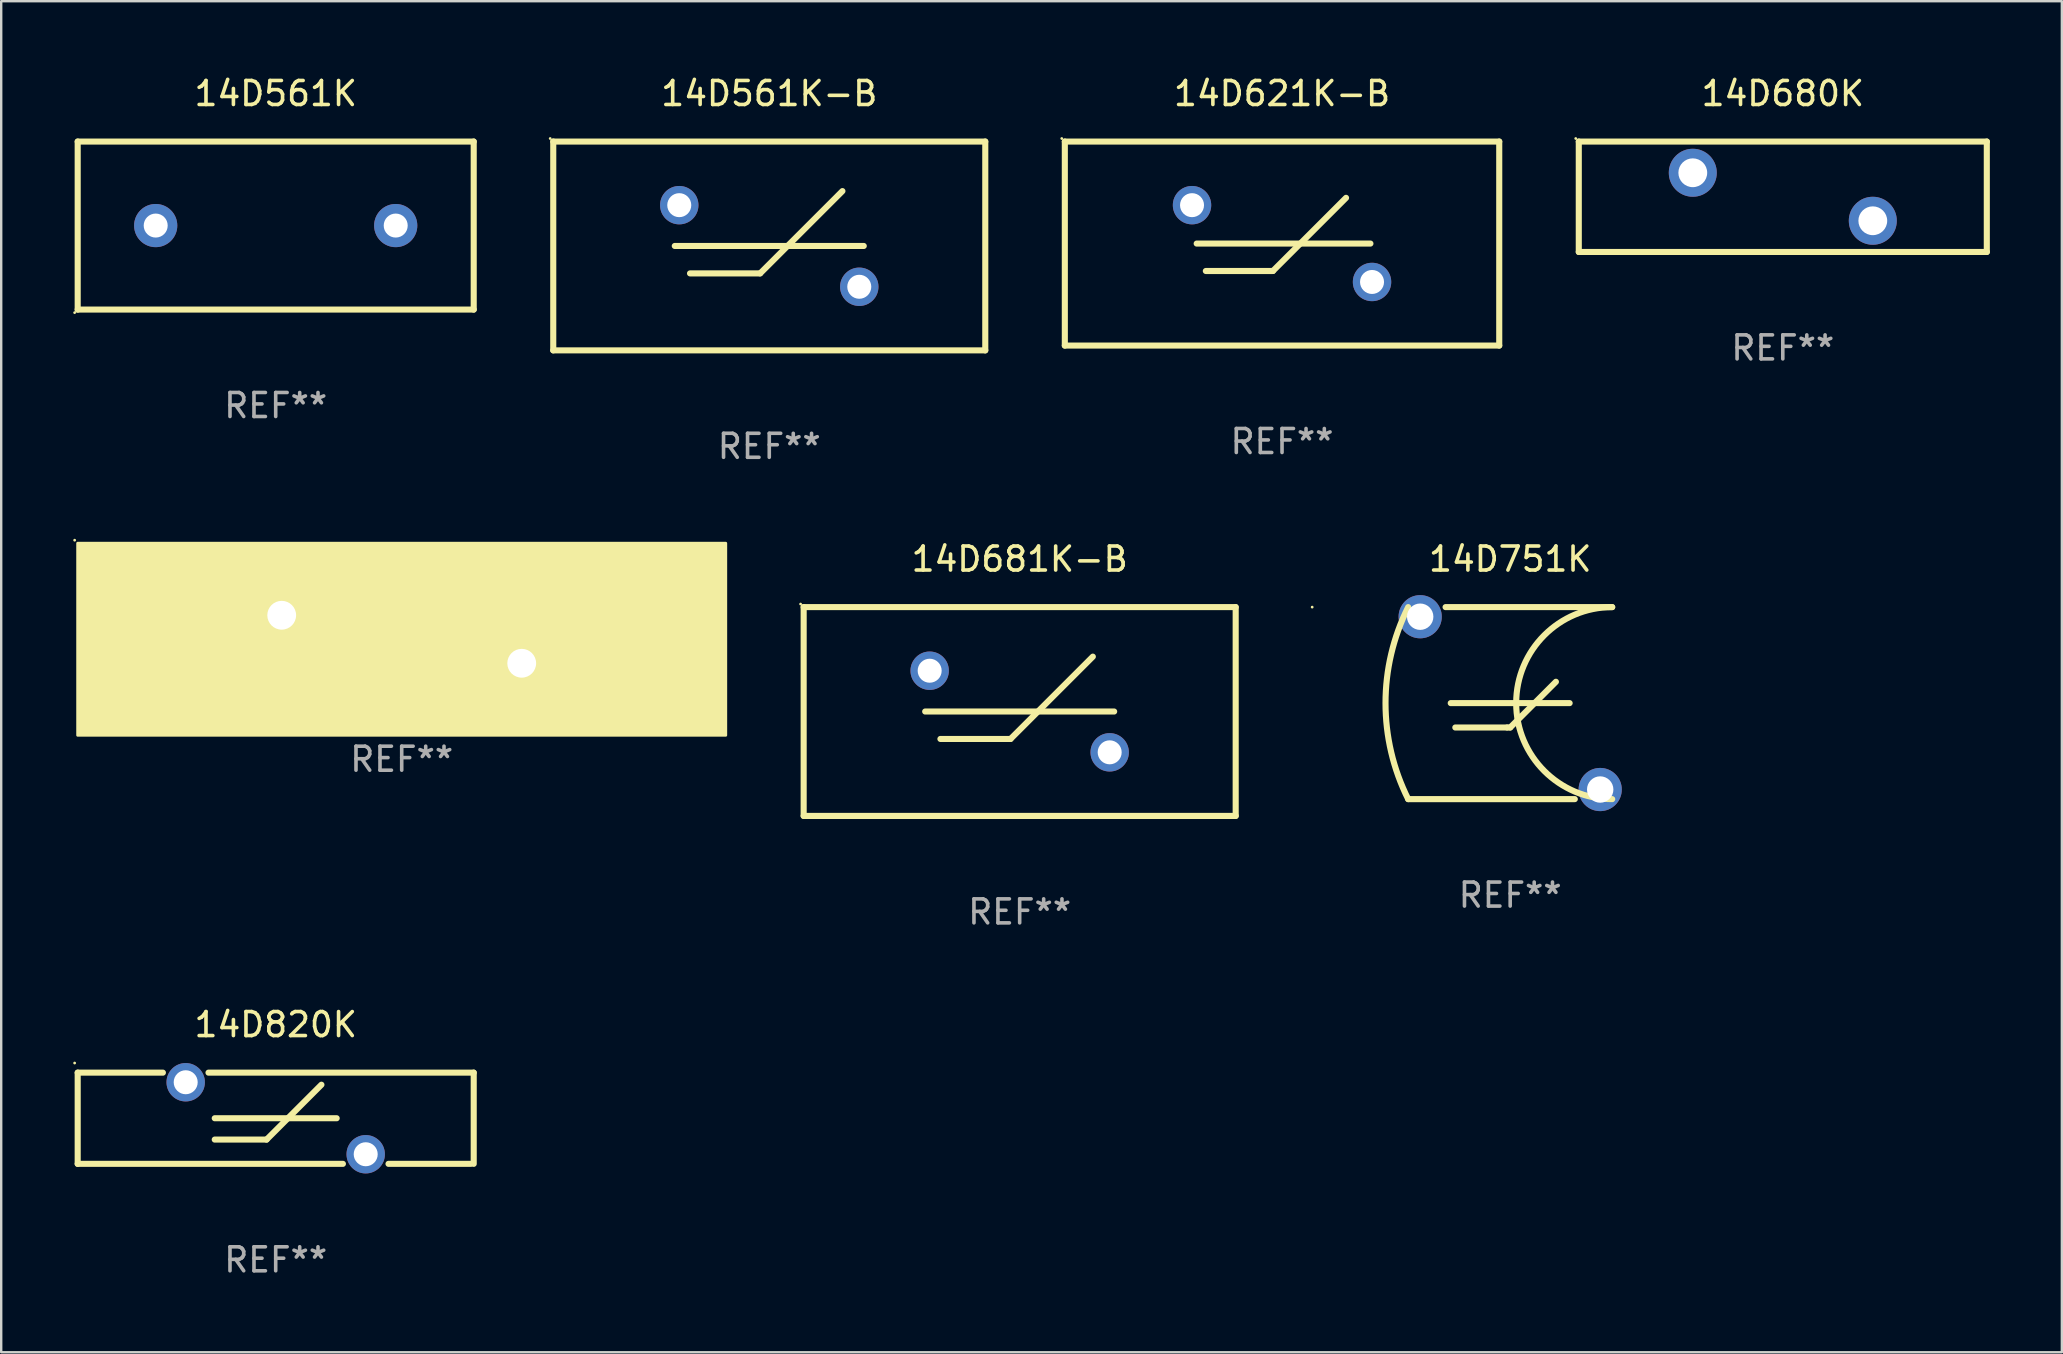
<source format=kicad_pcb>
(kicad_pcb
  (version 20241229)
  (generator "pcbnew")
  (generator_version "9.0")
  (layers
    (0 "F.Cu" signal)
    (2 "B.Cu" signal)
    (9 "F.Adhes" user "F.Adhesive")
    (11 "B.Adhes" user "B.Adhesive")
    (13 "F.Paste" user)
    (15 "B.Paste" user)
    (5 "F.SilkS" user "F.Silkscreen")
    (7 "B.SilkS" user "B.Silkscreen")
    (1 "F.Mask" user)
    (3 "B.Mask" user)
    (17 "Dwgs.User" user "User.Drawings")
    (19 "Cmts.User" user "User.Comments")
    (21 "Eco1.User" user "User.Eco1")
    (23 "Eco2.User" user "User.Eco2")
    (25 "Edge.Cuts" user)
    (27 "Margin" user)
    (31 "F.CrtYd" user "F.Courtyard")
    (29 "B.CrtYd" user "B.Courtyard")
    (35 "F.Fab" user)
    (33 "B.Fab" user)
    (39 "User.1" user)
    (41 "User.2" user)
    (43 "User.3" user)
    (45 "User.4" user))
  (footprint "14D820K"
    (layer "F.Cu")
    (at 8.437 43.541)
    (property "Reference" "14D820K" (at 0 -3.9 0) (layer "F.SilkS") (effects (font (size 1 1) (thickness 0.15))))
    (attr through_hole)
    (fp_line (start -8.25 -1.9) (end -8.25 1.9) (stroke (width 0.254) (type solid)) (layer "F.SilkS"))
    (fp_line (start -8.25 -1.9) (end -4.7 -1.9) (stroke (width 0.254) (type solid)) (layer "F.SilkS"))
    (fp_line (start -8.25 1.9) (end 2.8 1.9) (stroke (width 0.254) (type solid)) (layer "F.SilkS"))
    (fp_line (start -2.8 -1.9) (end 8.25 -1.9) (stroke (width 0.254) (type solid)) (layer "F.SilkS"))
    (fp_line (start -2.54 0) (end 2.54 0) (stroke (width 0.254) (type solid)) (layer "F.SilkS"))
    (fp_line (start -2.54 0.889) (end -0.381 0.889) (stroke (width 0.254) (type solid)) (layer "F.SilkS"))
    (fp_line (start -0.381 0.889) (end 1.905 -1.397) (stroke (width 0.254) (type solid)) (layer "F.SilkS"))
    (fp_line (start 4.7 1.9) (end 8.128 1.9) (stroke (width 0.254) (type solid)) (layer "F.SilkS"))
    (fp_line (start 8.25 -1.9) (end 8.25 1.9) (stroke (width 0.254) (type solid)) (layer "F.SilkS"))
    (fp_circle (center -8.377 -2.3) (end -8.347 -2.3) (stroke (width 0.06) (type solid)) (fill no) (layer "F.SilkS"))
    (fp_text user "REF**" (at 0 5.9 0) (layer "F.Fab") (effects (font (size 1 1) (thickness 0.15))))
    (pad "1" thru_hole circle (at -3.75 -1.5) (size 1.6 1.6) (drill 1) (layers "*.Cu" "*.Mask"))
    (pad "2" thru_hole circle (at 3.75 1.5) (size 1.6 1.6) (drill 1) (layers "*.Cu" "*.Mask")))
  (footprint "14D680K"
    (layer "F.Cu")
    (at 71.229 5.148)
    (property "Reference" "14D680K" (at 0 -4.3 0) (layer "F.SilkS") (effects (font (size 1 1) (thickness 0.15))))
    (attr through_hole)
    (fp_line (start -8.5 -2.3) (end -8.5 2.3) (stroke (width 0.254) (type solid)) (layer "F.SilkS"))
    (fp_line (start -8.5 -2.3) (end 8.5 -2.3) (stroke (width 0.254) (type solid)) (layer "F.SilkS"))
    (fp_line (start -8.5 2.3) (end 8.5 2.3) (stroke (width 0.254) (type solid)) (layer "F.SilkS"))
    (fp_line (start 8.5 -2.3) (end 8.5 2.3) (stroke (width 0.254) (type solid)) (layer "F.SilkS"))
    (fp_circle (center -8.627 -2.427) (end -8.597 -2.427) (stroke (width 0.06) (type solid)) (fill no) (layer "F.SilkS"))
    (fp_text user "REF**" (at 0 6.3 0) (layer "F.Fab") (effects (font (size 1 1) (thickness 0.15))))
    (pad "1" thru_hole circle (at -3.75 -1) (size 2 2) (drill 1.2) (layers "*.Cu" "*.Mask"))
    (pad "2" thru_hole circle (at 3.75 1) (size 2 2) (drill 1.2) (layers "*.Cu" "*.Mask")))
  (footprint "14D561K-B"
    (layer "F.Cu")
    (at 29.001 7.198)
    (property "Reference" "14D561K-B" (at 0 -6.35 0) (layer "F.SilkS") (effects (font (size 1 1) (thickness 0.15))))
    (attr through_hole)
    (fp_line (start -9 -4.35) (end -9 4.35) (stroke (width 0.254) (type solid)) (layer "F.SilkS"))
    (fp_line (start -9 -4.35) (end 9 -4.35) (stroke (width 0.254) (type solid)) (layer "F.SilkS"))
    (fp_line (start -9 4.35) (end 9 4.35) (stroke (width 0.254) (type solid)) (layer "F.SilkS"))
    (fp_line (start -3.937 0) (end 3.937 0) (stroke (width 0.254) (type solid)) (layer "F.SilkS"))
    (fp_line (start -3.302 1.143) (end -0.381 1.143) (stroke (width 0.254) (type solid)) (layer "F.SilkS"))
    (fp_line (start -0.381 1.143) (end 3.048 -2.286) (stroke (width 0.254) (type solid)) (layer "F.SilkS"))
    (fp_line (start 9 -4.35) (end 9 4.35) (stroke (width 0.254) (type solid)) (layer "F.SilkS"))
    (fp_circle (center -9.127 -4.477) (end -9.097 -4.477) (stroke (width 0.06) (type solid)) (fill no) (layer "F.SilkS"))
    (fp_text user "REF**" (at 0 8.35 0) (layer "F.Fab") (effects (font (size 1 1) (thickness 0.15))))
    (pad "1" thru_hole circle (at -3.75 -1.7) (size 1.6 1.6) (drill 1) (layers "*.Cu" "*.Mask"))
    (pad "2" thru_hole circle (at 3.75 1.7) (size 1.6 1.6) (drill 1) (layers "*.Cu" "*.Mask")))
  (footprint "14D681K-B"
    (layer "F.Cu")
    (at 39.434 26.595)
    (property "Reference" "14D681K-B" (at 0 -6.35 0) (layer "F.SilkS") (effects (font (size 1 1) (thickness 0.15))))
    (attr through_hole)
    (fp_line (start -9 -4.35) (end -9 4.35) (stroke (width 0.254) (type solid)) (layer "F.SilkS"))
    (fp_line (start -9 -4.35) (end 9 -4.35) (stroke (width 0.254) (type solid)) (layer "F.SilkS"))
    (fp_line (start -9 4.35) (end 9 4.35) (stroke (width 0.254) (type solid)) (layer "F.SilkS"))
    (fp_line (start -3.937 0) (end 3.937 0) (stroke (width 0.254) (type solid)) (layer "F.SilkS"))
    (fp_line (start -3.302 1.143) (end -0.381 1.143) (stroke (width 0.254) (type solid)) (layer "F.SilkS"))
    (fp_line (start -0.381 1.143) (end 3.048 -2.286) (stroke (width 0.254) (type solid)) (layer "F.SilkS"))
    (fp_line (start 9 -4.35) (end 9 4.35) (stroke (width 0.254) (type solid)) (layer "F.SilkS"))
    (fp_circle (center -9.127 -4.477) (end -9.097 -4.477) (stroke (width 0.06) (type solid)) (fill no) (layer "F.SilkS"))
    (fp_text user "REF**" (at 0 8.35 0) (layer "F.Fab") (effects (font (size 1 1) (thickness 0.15))))
    (pad "1" thru_hole circle (at -3.75 -1.7) (size 1.6 1.6) (drill 1) (layers "*.Cu" "*.Mask"))
    (pad "2" thru_hole circle (at 3.75 1.7) (size 1.6 1.6) (drill 1) (layers "*.Cu" "*.Mask")))
  (footprint "14D681K"
    (layer "F.Cu")
    (at 13.687 23.584)
    (property "Reference" "14D681K" (at 0 -3 0) (layer "F.SilkS") (effects (font (size 1 1) (thickness 0.15))))
    (attr through_hole)
    (fp_circle (center -13.627 -4.127) (end -13.597 -4.127) (stroke (width 0.06) (type solid)) (fill no) (layer "F.SilkS"))
    (fp_poly (pts (xy -13.5 -4) (xy 13.5 -4) (xy 13.5 4) (xy -13.5 4)) (stroke (width 0.12) (type solid)) (fill yes) (layer "F.SilkS"))
    (fp_text user "REF**" (at 0 5 0) (layer "F.Fab") (effects (font (size 1 1) (thickness 0.15))))
    (pad "1" thru_hole circle (at -5 -1) (size 2.2 2.2) (drill 1.2) (layers "*.Cu" "*.Mask"))
    (pad "2" thru_hole circle (at 5 1) (size 2.2 2.2) (drill 1.2) (layers "*.Cu" "*.Mask")))
  (footprint "14D561K"
    (layer "F.Cu")
    (at 8.437 6.348)
    (property "Reference" "14D561K" (at 0 -5.5 0) (layer "F.SilkS") (effects (font (size 1 1) (thickness 0.15))))
    (attr through_hole)
    (fp_line (start -8.25 -3.5) (end 8.25 -3.5) (stroke (width 0.254) (type solid)) (layer "F.SilkS"))
    (fp_line (start -8.25 3.5) (end -8.25 -3.5) (stroke (width 0.254) (type solid)) (layer "F.SilkS"))
    (fp_line (start 8.25 -3.5) (end 8.25 3.5) (stroke (width 0.254) (type solid)) (layer "F.SilkS"))
    (fp_line (start 8.25 3.5) (end -8.25 3.5) (stroke (width 0.254) (type solid)) (layer "F.SilkS"))
    (fp_circle (center -8.377 3.627) (end -8.347 3.627) (stroke (width 0.06) (type solid)) (fill no) (layer "F.SilkS"))
    (fp_text user "REF**" (at 0 7.5 0) (layer "F.Fab") (effects (font (size 1 1) (thickness 0.15))))
    (pad "1" thru_hole circle (at -5 0) (size 1.8 1.8) (drill 1) (layers "*.Cu" "*.Mask"))
    (pad "2" thru_hole circle (at 5 0) (size 1.8 1.8) (drill 1) (layers "*.Cu" "*.Mask")))
  (footprint "14D621K-B"
    (layer "F.Cu")
    (at 50.365 7.098)
    (property "Reference" "14D621K-B" (at 0 -6.25 0) (layer "F.SilkS") (effects (font (size 1 1) (thickness 0.15))))
    (attr through_hole)
    (fp_line (start -9.05 -4.25) (end -9.05 4.25) (stroke (width 0.254) (type solid)) (layer "F.SilkS"))
    (fp_line (start -9.05 -4.25) (end 9.05 -4.25) (stroke (width 0.254) (type solid)) (layer "F.SilkS"))
    (fp_line (start -9.05 4.25) (end 9.05 4.25) (stroke (width 0.254) (type solid)) (layer "F.SilkS"))
    (fp_line (start -3.556 0) (end 3.683 0) (stroke (width 0.254) (type solid)) (layer "F.SilkS"))
    (fp_line (start -3.175 1.143) (end -0.381 1.143) (stroke (width 0.254) (type solid)) (layer "F.SilkS"))
    (fp_line (start -0.381 1.143) (end 2.667 -1.905) (stroke (width 0.254) (type solid)) (layer "F.SilkS"))
    (fp_line (start 9.05 -4.25) (end 9.05 4.25) (stroke (width 0.254) (type solid)) (layer "F.SilkS"))
    (fp_circle (center -9.177 -4.377) (end -9.147 -4.377) (stroke (width 0.06) (type solid)) (fill no) (layer "F.SilkS"))
    (fp_text user "REF**" (at 0 8.25 0) (layer "F.Fab") (effects (font (size 1 1) (thickness 0.15))))
    (pad "1" thru_hole circle (at -3.75 -1.6) (size 1.6 1.6) (drill 1) (layers "*.Cu" "*.Mask"))
    (pad "2" thru_hole circle (at 3.75 1.6) (size 1.6 1.6) (drill 1) (layers "*.Cu" "*.Mask")))
  (footprint "14D751K"
    (layer "F.Cu")
    (at 59.871 26.245)
    (property "Reference" "14D751K" (at 0 -6 0) (layer "F.SilkS") (effects (font (size 1 1) (thickness 0.15))))
    (attr through_hole)
    (fp_line (start -2.692 -4) (end 4.25 -4) (stroke (width 0.254) (type solid)) (layer "F.SilkS"))
    (fp_line (start -2.477 0) (end 2.477 0) (stroke (width 0.254) (type solid)) (layer "F.SilkS"))
    (fp_line (start -2.286 1.016) (end -0.127 1.016) (stroke (width 0.254) (type solid)) (layer "F.SilkS"))
    (fp_line (start -0.127 1.016) (end 0 1.016) (stroke (width 0.254) (type solid)) (layer "F.SilkS"))
    (fp_line (start 0 1.016) (end 1.905 -0.889) (stroke (width 0.254) (type solid)) (layer "F.SilkS"))
    (fp_line (start 2.692 4) (end -4.25 4) (stroke (width 0.254) (type solid)) (layer "F.SilkS"))
    (fp_arc (start -4.250013 4) (mid -5.194285 0) (end -4.250013 -4) (stroke (width 0.254001) (type solid)) (layer "F.SilkS"))
    (fp_arc (start 4.250013 4) (mid 0.250013 0) (end 4.250013 -4) (stroke (width 0.254001) (type solid)) (layer "F.SilkS"))
    (fp_circle (center -8.25 -4) (end -8.22 -4) (stroke (width 0.06) (type solid)) (fill no) (layer "F.SilkS"))
    (fp_text user "REF**" (at 0 8 0) (layer "F.Fab") (effects (font (size 1 1) (thickness 0.15))))
    (pad "1" thru_hole circle (at -3.75 -3.6) (size 1.8 1.8) (drill 1.1) (layers "*.Cu" "*.Mask"))
    (pad "2" thru_hole circle (at 3.75 3.6) (size 1.8 1.8) (drill 1.1) (layers "*.Cu" "*.Mask")))
  (gr_rect
    (start -3 -3)
    (end 82.856 53.29)
    (stroke (width 0.1) (type default))
    (fill no)
    (layer "Edge.Cuts")))
</source>
